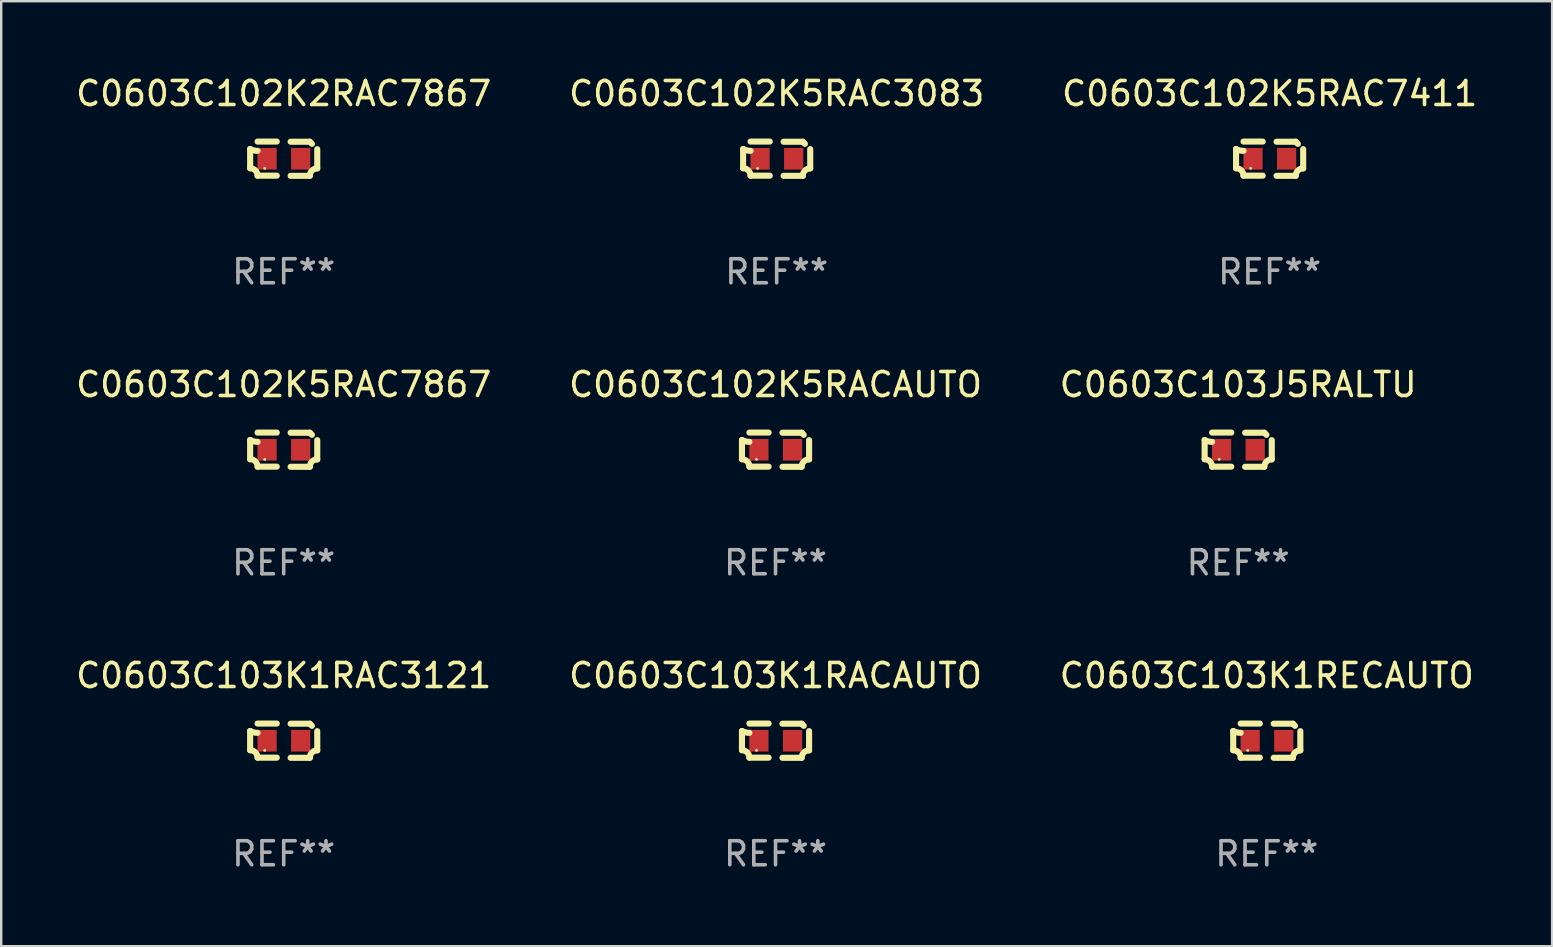
<source format=kicad_pcb>
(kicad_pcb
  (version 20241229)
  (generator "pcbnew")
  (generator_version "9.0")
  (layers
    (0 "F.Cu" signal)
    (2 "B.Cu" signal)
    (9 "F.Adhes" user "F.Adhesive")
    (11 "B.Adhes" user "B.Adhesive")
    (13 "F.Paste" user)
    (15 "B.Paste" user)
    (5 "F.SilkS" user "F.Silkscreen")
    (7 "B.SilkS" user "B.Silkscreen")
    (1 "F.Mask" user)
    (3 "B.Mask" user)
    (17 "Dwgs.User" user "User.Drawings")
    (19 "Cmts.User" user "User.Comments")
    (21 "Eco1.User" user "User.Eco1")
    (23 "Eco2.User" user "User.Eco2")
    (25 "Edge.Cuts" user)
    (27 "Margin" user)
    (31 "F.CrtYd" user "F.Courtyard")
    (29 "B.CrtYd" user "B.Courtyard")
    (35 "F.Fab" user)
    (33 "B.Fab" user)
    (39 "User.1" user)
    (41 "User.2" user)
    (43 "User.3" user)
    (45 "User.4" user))
  (footprint "C0603C102K5RAC7411"
    (layer "F.Cu")
    (at 49.839 3.561)
    (property "Reference" "C0603C102K5RAC7411" (at 0 -2.713 0) (layer "F.SilkS") (effects (font (size 1 1) (thickness 0.15))))
    (attr through_hole)
    (fp_line (start -1.398 -0.403) (end -1.398 0.397) (stroke (width 0.254) (type solid)) (layer "F.SilkS"))
    (fp_line (start -0.288 -0.713) (end -1.088 -0.713) (stroke (width 0.254) (type solid)) (layer "F.SilkS"))
    (fp_line (start -0.288 0.707) (end -1.088 0.707) (stroke (width 0.254) (type solid)) (layer "F.SilkS"))
    (fp_line (start 0.288 -0.707) (end 1.088 -0.707) (stroke (width 0.254) (type solid)) (layer "F.SilkS"))
    (fp_line (start 0.288 0.713) (end 1.088 0.713) (stroke (width 0.254) (type solid)) (layer "F.SilkS"))
    (fp_line (start 1.398 -0.397) (end 1.398 0.403) (stroke (width 0.254) (type solid)) (layer "F.SilkS"))
    (fp_arc (start -1.397789 0.397066) (mid -1.178701 0.487826) (end -1.08796 0.706922) (stroke (width 0.254001) (type solid)) (layer "F.SilkS"))
    (fp_arc (start -1.08796 -0.327176) (mid -1.247436 -0.346384) (end -1.39779 -0.402908) (stroke (width 0.254001) (type solid)) (layer "F.SilkS"))
    (fp_arc (start 1.087909 0.712738) (mid 1.178656 0.493655) (end 1.397739 0.402908) (stroke (width 0.254001) (type solid)) (layer "F.SilkS"))
    (fp_arc (start 1.175925 -0.618926) (mid 1.131917 -0.662923) (end 1.08791 -0.706922) (stroke (width 0.254001) (type solid)) (layer "F.SilkS"))
    (fp_circle (center -0.792 0.403) (end -0.762 0.403) (stroke (width 0.06) (type solid)) (fill no) (layer "F.SilkS"))
    (fp_text user "REF**" (at 0 4.713 0) (layer "F.Fab") (effects (font (size 1 1) (thickness 0.15))))
    (pad "1" smd rect (at -0.692 0.003) (size 0.8 0.9) (layers "F.Cu" "F.Mask" "F.Paste"))
    (pad "2" smd rect (at 0.708 0.003) (size 0.8 0.9) (layers "F.Cu" "F.Mask" "F.Paste")))
  (footprint "C0603C102K2RAC7867"
    (layer "F.Cu")
    (at 8.768 3.561)
    (property "Reference" "C0603C102K2RAC7867" (at 0 -2.713 0) (layer "F.SilkS") (effects (font (size 1 1) (thickness 0.15))))
    (attr through_hole)
    (fp_line (start -1.398 -0.403) (end -1.398 0.397) (stroke (width 0.254) (type solid)) (layer "F.SilkS"))
    (fp_line (start -0.288 -0.713) (end -1.088 -0.713) (stroke (width 0.254) (type solid)) (layer "F.SilkS"))
    (fp_line (start -0.288 0.707) (end -1.088 0.707) (stroke (width 0.254) (type solid)) (layer "F.SilkS"))
    (fp_line (start 0.288 -0.707) (end 1.088 -0.707) (stroke (width 0.254) (type solid)) (layer "F.SilkS"))
    (fp_line (start 0.288 0.713) (end 1.088 0.713) (stroke (width 0.254) (type solid)) (layer "F.SilkS"))
    (fp_line (start 1.398 -0.397) (end 1.398 0.403) (stroke (width 0.254) (type solid)) (layer "F.SilkS"))
    (fp_arc (start -1.397789 0.397066) (mid -1.178701 0.487826) (end -1.08796 0.706922) (stroke (width 0.254001) (type solid)) (layer "F.SilkS"))
    (fp_arc (start -1.08796 -0.327176) (mid -1.247436 -0.346384) (end -1.39779 -0.402908) (stroke (width 0.254001) (type solid)) (layer "F.SilkS"))
    (fp_arc (start 1.087909 0.712738) (mid 1.178656 0.493655) (end 1.397739 0.402908) (stroke (width 0.254001) (type solid)) (layer "F.SilkS"))
    (fp_arc (start 1.175925 -0.618926) (mid 1.131917 -0.662923) (end 1.08791 -0.706922) (stroke (width 0.254001) (type solid)) (layer "F.SilkS"))
    (fp_circle (center -0.792 0.403) (end -0.762 0.403) (stroke (width 0.06) (type solid)) (fill no) (layer "F.SilkS"))
    (fp_text user "REF**" (at 0 4.713 0) (layer "F.Fab") (effects (font (size 1 1) (thickness 0.15))))
    (pad "1" smd rect (at -0.692 0.003) (size 0.8 0.9) (layers "F.Cu" "F.Mask" "F.Paste"))
    (pad "2" smd rect (at 0.708 0.003) (size 0.8 0.9) (layers "F.Cu" "F.Mask" "F.Paste")))
  (footprint "C0603C103K1RECAUTO"
    (layer "F.Cu")
    (at 49.72 27.805)
    (property "Reference" "C0603C103K1RECAUTO" (at 0 -2.713 0) (layer "F.SilkS") (effects (font (size 1 1) (thickness 0.15))))
    (attr through_hole)
    (fp_line (start -1.398 -0.403) (end -1.398 0.397) (stroke (width 0.254) (type solid)) (layer "F.SilkS"))
    (fp_line (start -0.288 -0.713) (end -1.088 -0.713) (stroke (width 0.254) (type solid)) (layer "F.SilkS"))
    (fp_line (start -0.288 0.707) (end -1.088 0.707) (stroke (width 0.254) (type solid)) (layer "F.SilkS"))
    (fp_line (start 0.288 -0.707) (end 1.088 -0.707) (stroke (width 0.254) (type solid)) (layer "F.SilkS"))
    (fp_line (start 0.288 0.713) (end 1.088 0.713) (stroke (width 0.254) (type solid)) (layer "F.SilkS"))
    (fp_line (start 1.398 -0.397) (end 1.398 0.403) (stroke (width 0.254) (type solid)) (layer "F.SilkS"))
    (fp_arc (start -1.397789 0.397066) (mid -1.178701 0.487826) (end -1.08796 0.706922) (stroke (width 0.254001) (type solid)) (layer "F.SilkS"))
    (fp_arc (start -1.08796 -0.327176) (mid -1.247436 -0.346384) (end -1.39779 -0.402908) (stroke (width 0.254001) (type solid)) (layer "F.SilkS"))
    (fp_arc (start 1.087909 0.712738) (mid 1.178656 0.493655) (end 1.397739 0.402908) (stroke (width 0.254001) (type solid)) (layer "F.SilkS"))
    (fp_arc (start 1.175925 -0.618926) (mid 1.131917 -0.662923) (end 1.08791 -0.706922) (stroke (width 0.254001) (type solid)) (layer "F.SilkS"))
    (fp_circle (center -0.792 0.403) (end -0.762 0.403) (stroke (width 0.06) (type solid)) (fill no) (layer "F.SilkS"))
    (fp_text user "REF**" (at 0 4.713 0) (layer "F.Fab") (effects (font (size 1 1) (thickness 0.15))))
    (pad "1" smd rect (at -0.692 0.003) (size 0.8 0.9) (layers "F.Cu" "F.Mask" "F.Paste"))
    (pad "2" smd rect (at 0.708 0.003) (size 0.8 0.9) (layers "F.Cu" "F.Mask" "F.Paste")))
  (footprint "C0603C103K1RAC3121"
    (layer "F.Cu")
    (at 8.768 27.805)
    (property "Reference" "C0603C103K1RAC3121" (at 0 -2.713 0) (layer "F.SilkS") (effects (font (size 1 1) (thickness 0.15))))
    (attr through_hole)
    (fp_line (start -1.398 -0.403) (end -1.398 0.397) (stroke (width 0.254) (type solid)) (layer "F.SilkS"))
    (fp_line (start -0.288 -0.713) (end -1.088 -0.713) (stroke (width 0.254) (type solid)) (layer "F.SilkS"))
    (fp_line (start -0.288 0.707) (end -1.088 0.707) (stroke (width 0.254) (type solid)) (layer "F.SilkS"))
    (fp_line (start 0.288 -0.707) (end 1.088 -0.707) (stroke (width 0.254) (type solid)) (layer "F.SilkS"))
    (fp_line (start 0.288 0.713) (end 1.088 0.713) (stroke (width 0.254) (type solid)) (layer "F.SilkS"))
    (fp_line (start 1.398 -0.397) (end 1.398 0.403) (stroke (width 0.254) (type solid)) (layer "F.SilkS"))
    (fp_arc (start -1.397789 0.397066) (mid -1.178701 0.487826) (end -1.08796 0.706922) (stroke (width 0.254001) (type solid)) (layer "F.SilkS"))
    (fp_arc (start -1.08796 -0.327176) (mid -1.247436 -0.346384) (end -1.39779 -0.402908) (stroke (width 0.254001) (type solid)) (layer "F.SilkS"))
    (fp_arc (start 1.087909 0.712738) (mid 1.178656 0.493655) (end 1.397739 0.402908) (stroke (width 0.254001) (type solid)) (layer "F.SilkS"))
    (fp_arc (start 1.175925 -0.618926) (mid 1.131917 -0.662923) (end 1.08791 -0.706922) (stroke (width 0.254001) (type solid)) (layer "F.SilkS"))
    (fp_circle (center -0.792 0.403) (end -0.762 0.403) (stroke (width 0.06) (type solid)) (fill no) (layer "F.SilkS"))
    (fp_text user "REF**" (at 0 4.713 0) (layer "F.Fab") (effects (font (size 1 1) (thickness 0.15))))
    (pad "1" smd rect (at -0.692 0.003) (size 0.8 0.9) (layers "F.Cu" "F.Mask" "F.Paste"))
    (pad "2" smd rect (at 0.708 0.003) (size 0.8 0.9) (layers "F.Cu" "F.Mask" "F.Paste")))
  (footprint "C0603C102K5RACAUTO"
    (layer "F.Cu")
    (at 29.256 15.683)
    (property "Reference" "C0603C102K5RACAUTO" (at 0 -2.713 0) (layer "F.SilkS") (effects (font (size 1 1) (thickness 0.15))))
    (attr through_hole)
    (fp_line (start -1.398 -0.403) (end -1.398 0.397) (stroke (width 0.254) (type solid)) (layer "F.SilkS"))
    (fp_line (start -0.288 -0.713) (end -1.088 -0.713) (stroke (width 0.254) (type solid)) (layer "F.SilkS"))
    (fp_line (start -0.288 0.707) (end -1.088 0.707) (stroke (width 0.254) (type solid)) (layer "F.SilkS"))
    (fp_line (start 0.288 -0.707) (end 1.088 -0.707) (stroke (width 0.254) (type solid)) (layer "F.SilkS"))
    (fp_line (start 0.288 0.713) (end 1.088 0.713) (stroke (width 0.254) (type solid)) (layer "F.SilkS"))
    (fp_line (start 1.398 -0.397) (end 1.398 0.403) (stroke (width 0.254) (type solid)) (layer "F.SilkS"))
    (fp_arc (start -1.397789 0.397066) (mid -1.178701 0.487826) (end -1.08796 0.706922) (stroke (width 0.254001) (type solid)) (layer "F.SilkS"))
    (fp_arc (start -1.08796 -0.327176) (mid -1.247436 -0.346384) (end -1.39779 -0.402908) (stroke (width 0.254001) (type solid)) (layer "F.SilkS"))
    (fp_arc (start 1.087909 0.712738) (mid 1.178656 0.493655) (end 1.397739 0.402908) (stroke (width 0.254001) (type solid)) (layer "F.SilkS"))
    (fp_arc (start 1.175925 -0.618926) (mid 1.131917 -0.662923) (end 1.08791 -0.706922) (stroke (width 0.254001) (type solid)) (layer "F.SilkS"))
    (fp_circle (center -0.792 0.403) (end -0.762 0.403) (stroke (width 0.06) (type solid)) (fill no) (layer "F.SilkS"))
    (fp_text user "REF**" (at 0 4.713 0) (layer "F.Fab") (effects (font (size 1 1) (thickness 0.15))))
    (pad "1" smd rect (at -0.692 0.003) (size 0.8 0.9) (layers "F.Cu" "F.Mask" "F.Paste"))
    (pad "2" smd rect (at 0.708 0.003) (size 0.8 0.9) (layers "F.Cu" "F.Mask" "F.Paste")))
  (footprint "C0603C103K1RACAUTO"
    (layer "F.Cu")
    (at 29.256 27.805)
    (property "Reference" "C0603C103K1RACAUTO" (at 0 -2.713 0) (layer "F.SilkS") (effects (font (size 1 1) (thickness 0.15))))
    (attr through_hole)
    (fp_line (start -1.398 -0.403) (end -1.398 0.397) (stroke (width 0.254) (type solid)) (layer "F.SilkS"))
    (fp_line (start -0.288 -0.713) (end -1.088 -0.713) (stroke (width 0.254) (type solid)) (layer "F.SilkS"))
    (fp_line (start -0.288 0.707) (end -1.088 0.707) (stroke (width 0.254) (type solid)) (layer "F.SilkS"))
    (fp_line (start 0.288 -0.707) (end 1.088 -0.707) (stroke (width 0.254) (type solid)) (layer "F.SilkS"))
    (fp_line (start 0.288 0.713) (end 1.088 0.713) (stroke (width 0.254) (type solid)) (layer "F.SilkS"))
    (fp_line (start 1.398 -0.397) (end 1.398 0.403) (stroke (width 0.254) (type solid)) (layer "F.SilkS"))
    (fp_arc (start -1.397789 0.397066) (mid -1.178701 0.487826) (end -1.08796 0.706922) (stroke (width 0.254001) (type solid)) (layer "F.SilkS"))
    (fp_arc (start -1.08796 -0.327176) (mid -1.247436 -0.346384) (end -1.39779 -0.402908) (stroke (width 0.254001) (type solid)) (layer "F.SilkS"))
    (fp_arc (start 1.087909 0.712738) (mid 1.178656 0.493655) (end 1.397739 0.402908) (stroke (width 0.254001) (type solid)) (layer "F.SilkS"))
    (fp_arc (start 1.175925 -0.618926) (mid 1.131917 -0.662923) (end 1.08791 -0.706922) (stroke (width 0.254001) (type solid)) (layer "F.SilkS"))
    (fp_circle (center -0.792 0.403) (end -0.762 0.403) (stroke (width 0.06) (type solid)) (fill no) (layer "F.SilkS"))
    (fp_text user "REF**" (at 0 4.713 0) (layer "F.Fab") (effects (font (size 1 1) (thickness 0.15))))
    (pad "1" smd rect (at -0.692 0.003) (size 0.8 0.9) (layers "F.Cu" "F.Mask" "F.Paste"))
    (pad "2" smd rect (at 0.708 0.003) (size 0.8 0.9) (layers "F.Cu" "F.Mask" "F.Paste")))
  (footprint "C0603C102K5RAC7867"
    (layer "F.Cu")
    (at 8.768 15.683)
    (property "Reference" "C0603C102K5RAC7867" (at 0 -2.713 0) (layer "F.SilkS") (effects (font (size 1 1) (thickness 0.15))))
    (attr through_hole)
    (fp_line (start -1.398 -0.403) (end -1.398 0.397) (stroke (width 0.254) (type solid)) (layer "F.SilkS"))
    (fp_line (start -0.288 -0.713) (end -1.088 -0.713) (stroke (width 0.254) (type solid)) (layer "F.SilkS"))
    (fp_line (start -0.288 0.707) (end -1.088 0.707) (stroke (width 0.254) (type solid)) (layer "F.SilkS"))
    (fp_line (start 0.288 -0.707) (end 1.088 -0.707) (stroke (width 0.254) (type solid)) (layer "F.SilkS"))
    (fp_line (start 0.288 0.713) (end 1.088 0.713) (stroke (width 0.254) (type solid)) (layer "F.SilkS"))
    (fp_line (start 1.398 -0.397) (end 1.398 0.403) (stroke (width 0.254) (type solid)) (layer "F.SilkS"))
    (fp_arc (start -1.397789 0.397066) (mid -1.178701 0.487826) (end -1.08796 0.706922) (stroke (width 0.254001) (type solid)) (layer "F.SilkS"))
    (fp_arc (start -1.08796 -0.327176) (mid -1.247436 -0.346384) (end -1.39779 -0.402908) (stroke (width 0.254001) (type solid)) (layer "F.SilkS"))
    (fp_arc (start 1.087909 0.712738) (mid 1.178656 0.493655) (end 1.397739 0.402908) (stroke (width 0.254001) (type solid)) (layer "F.SilkS"))
    (fp_arc (start 1.175925 -0.618926) (mid 1.131917 -0.662923) (end 1.08791 -0.706922) (stroke (width 0.254001) (type solid)) (layer "F.SilkS"))
    (fp_circle (center -0.792 0.403) (end -0.762 0.403) (stroke (width 0.06) (type solid)) (fill no) (layer "F.SilkS"))
    (fp_text user "REF**" (at 0 4.713 0) (layer "F.Fab") (effects (font (size 1 1) (thickness 0.15))))
    (pad "1" smd rect (at -0.692 0.003) (size 0.8 0.9) (layers "F.Cu" "F.Mask" "F.Paste"))
    (pad "2" smd rect (at 0.708 0.003) (size 0.8 0.9) (layers "F.Cu" "F.Mask" "F.Paste")))
  (footprint "C0603C103J5RALTU"
    (layer "F.Cu")
    (at 48.53 15.683)
    (property "Reference" "C0603C103J5RALTU" (at 0 -2.713 0) (layer "F.SilkS") (effects (font (size 1 1) (thickness 0.15))))
    (attr through_hole)
    (fp_line (start -1.398 -0.403) (end -1.398 0.397) (stroke (width 0.254) (type solid)) (layer "F.SilkS"))
    (fp_line (start -0.288 -0.713) (end -1.088 -0.713) (stroke (width 0.254) (type solid)) (layer "F.SilkS"))
    (fp_line (start -0.288 0.707) (end -1.088 0.707) (stroke (width 0.254) (type solid)) (layer "F.SilkS"))
    (fp_line (start 0.288 -0.707) (end 1.088 -0.707) (stroke (width 0.254) (type solid)) (layer "F.SilkS"))
    (fp_line (start 0.288 0.713) (end 1.088 0.713) (stroke (width 0.254) (type solid)) (layer "F.SilkS"))
    (fp_line (start 1.398 -0.397) (end 1.398 0.403) (stroke (width 0.254) (type solid)) (layer "F.SilkS"))
    (fp_arc (start -1.397789 0.397066) (mid -1.178701 0.487826) (end -1.08796 0.706922) (stroke (width 0.254001) (type solid)) (layer "F.SilkS"))
    (fp_arc (start -1.08796 -0.327176) (mid -1.247436 -0.346384) (end -1.39779 -0.402908) (stroke (width 0.254001) (type solid)) (layer "F.SilkS"))
    (fp_arc (start 1.087909 0.712738) (mid 1.178656 0.493655) (end 1.397739 0.402908) (stroke (width 0.254001) (type solid)) (layer "F.SilkS"))
    (fp_arc (start 1.175925 -0.618926) (mid 1.131917 -0.662923) (end 1.08791 -0.706922) (stroke (width 0.254001) (type solid)) (layer "F.SilkS"))
    (fp_circle (center -0.792 0.403) (end -0.762 0.403) (stroke (width 0.06) (type solid)) (fill no) (layer "F.SilkS"))
    (fp_text user "REF**" (at 0 4.713 0) (layer "F.Fab") (effects (font (size 1 1) (thickness 0.15))))
    (pad "1" smd rect (at -0.692 0.003) (size 0.8 0.9) (layers "F.Cu" "F.Mask" "F.Paste"))
    (pad "2" smd rect (at 0.708 0.003) (size 0.8 0.9) (layers "F.Cu" "F.Mask" "F.Paste")))
  (footprint "C0603C102K5RAC3083"
    (layer "F.Cu")
    (at 29.304 3.561)
    (property "Reference" "C0603C102K5RAC3083" (at 0 -2.713 0) (layer "F.SilkS") (effects (font (size 1 1) (thickness 0.15))))
    (attr through_hole)
    (fp_line (start -1.398 -0.403) (end -1.398 0.397) (stroke (width 0.254) (type solid)) (layer "F.SilkS"))
    (fp_line (start -0.288 -0.713) (end -1.088 -0.713) (stroke (width 0.254) (type solid)) (layer "F.SilkS"))
    (fp_line (start -0.288 0.707) (end -1.088 0.707) (stroke (width 0.254) (type solid)) (layer "F.SilkS"))
    (fp_line (start 0.288 -0.707) (end 1.088 -0.707) (stroke (width 0.254) (type solid)) (layer "F.SilkS"))
    (fp_line (start 0.288 0.713) (end 1.088 0.713) (stroke (width 0.254) (type solid)) (layer "F.SilkS"))
    (fp_line (start 1.398 -0.397) (end 1.398 0.403) (stroke (width 0.254) (type solid)) (layer "F.SilkS"))
    (fp_arc (start -1.397789 0.397066) (mid -1.178701 0.487826) (end -1.08796 0.706922) (stroke (width 0.254001) (type solid)) (layer "F.SilkS"))
    (fp_arc (start -1.08796 -0.327176) (mid -1.247436 -0.346384) (end -1.39779 -0.402908) (stroke (width 0.254001) (type solid)) (layer "F.SilkS"))
    (fp_arc (start 1.087909 0.712738) (mid 1.178656 0.493655) (end 1.397739 0.402908) (stroke (width 0.254001) (type solid)) (layer "F.SilkS"))
    (fp_arc (start 1.175925 -0.618926) (mid 1.131917 -0.662923) (end 1.08791 -0.706922) (stroke (width 0.254001) (type solid)) (layer "F.SilkS"))
    (fp_circle (center -0.792 0.403) (end -0.762 0.403) (stroke (width 0.06) (type solid)) (fill no) (layer "F.SilkS"))
    (fp_text user "REF**" (at 0 4.713 0) (layer "F.Fab") (effects (font (size 1 1) (thickness 0.15))))
    (pad "1" smd rect (at -0.692 0.003) (size 0.8 0.9) (layers "F.Cu" "F.Mask" "F.Paste"))
    (pad "2" smd rect (at 0.708 0.003) (size 0.8 0.9) (layers "F.Cu" "F.Mask" "F.Paste")))
  (gr_rect
    (start -3 -3)
    (end 61.607 36.366)
    (stroke (width 0.1) (type default))
    (fill no)
    (layer "Edge.Cuts")))
</source>
